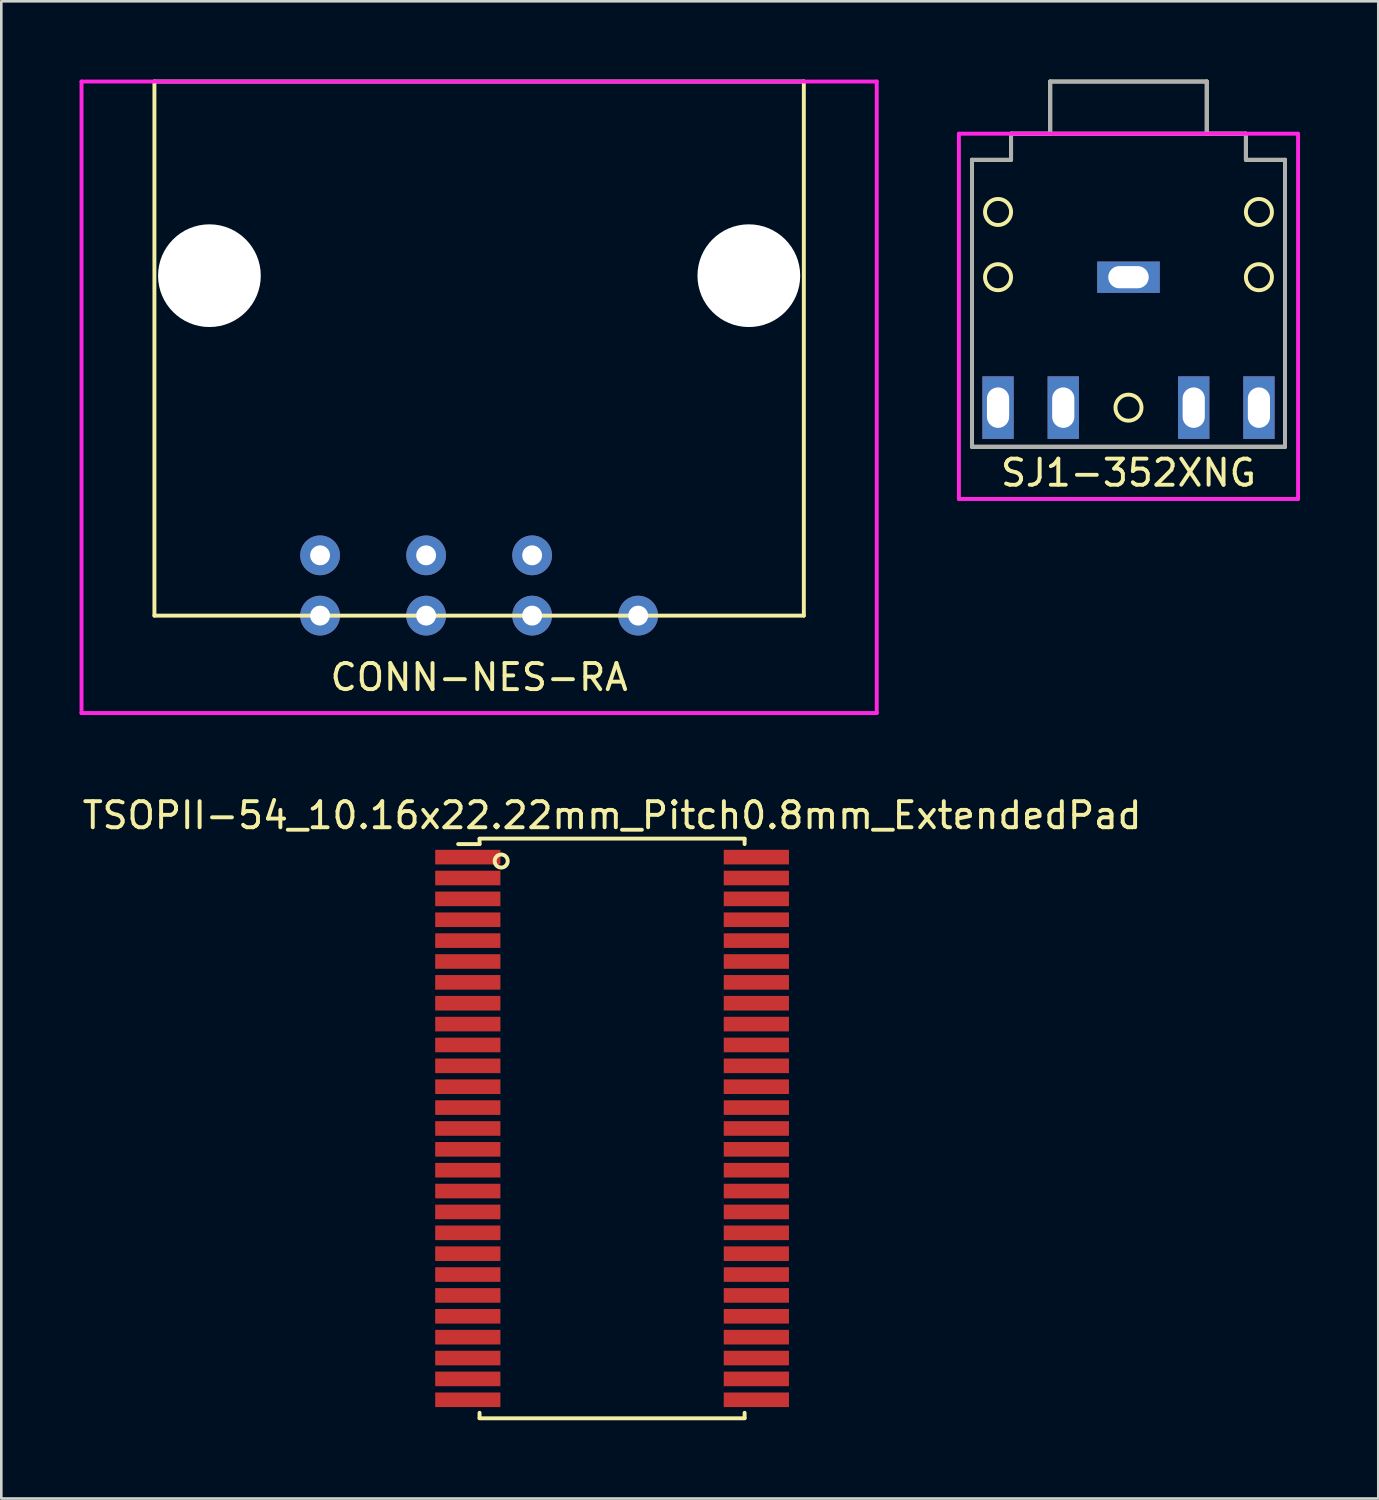
<source format=kicad_pcb>
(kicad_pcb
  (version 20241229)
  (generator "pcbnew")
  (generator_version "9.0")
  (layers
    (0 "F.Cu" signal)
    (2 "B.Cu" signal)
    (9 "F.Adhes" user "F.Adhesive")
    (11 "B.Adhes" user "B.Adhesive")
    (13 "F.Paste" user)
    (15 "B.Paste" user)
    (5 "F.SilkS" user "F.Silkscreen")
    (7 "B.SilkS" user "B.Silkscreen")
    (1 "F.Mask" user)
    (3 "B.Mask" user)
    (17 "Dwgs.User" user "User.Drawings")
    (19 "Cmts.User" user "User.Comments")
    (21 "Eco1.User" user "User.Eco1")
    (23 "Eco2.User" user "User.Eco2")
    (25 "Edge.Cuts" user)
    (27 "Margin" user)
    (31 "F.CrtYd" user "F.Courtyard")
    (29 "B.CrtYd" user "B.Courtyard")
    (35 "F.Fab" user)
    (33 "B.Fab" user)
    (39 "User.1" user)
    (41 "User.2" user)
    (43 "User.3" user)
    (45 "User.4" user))
  (footprint "SJ1-352XNG"
    (layer "F.Cu")
    (at 40.205 7.075)
    (property "Reference" "SJ1-352XNG" (at 0 8 0) (layer "F.SilkS") (effects (font (size 1 1) (thickness 0.15))))
    (attr through_hole)
    (fp_line (start -6 -4) (end -6 7) (stroke (width 0.15) (type solid)) (layer "F.SilkS"))
    (fp_line (start -6 7) (end 6 7) (stroke (width 0.15) (type solid)) (layer "F.SilkS"))
    (fp_line (start -4.5 -5) (end -4.5 -4) (stroke (width 0.15) (type solid)) (layer "F.SilkS"))
    (fp_line (start -4.5 -4) (end -6 -4) (stroke (width 0.15) (type solid)) (layer "F.SilkS"))
    (fp_line (start -3 -7) (end 3 -7) (stroke (width 0.15) (type solid)) (layer "F.SilkS"))
    (fp_line (start -3 -5) (end -3 -7) (stroke (width 0.15) (type solid)) (layer "F.SilkS"))
    (fp_line (start 3 -7) (end 3 -5) (stroke (width 0.15) (type solid)) (layer "F.SilkS"))
    (fp_line (start 4.5 -5) (end -4.5 -5) (stroke (width 0.15) (type solid)) (layer "F.SilkS"))
    (fp_line (start 4.5 -4) (end 4.5 -5) (stroke (width 0.15) (type solid)) (layer "F.SilkS"))
    (fp_line (start 6 -4) (end 4.5 -4) (stroke (width 0.15) (type solid)) (layer "F.SilkS"))
    (fp_line (start 6 7) (end 6 -4) (stroke (width 0.15) (type solid)) (layer "F.SilkS"))
    (fp_circle (center -5 -2) (end -5 -1.5) (stroke (width 0.15) (type solid)) (fill no) (layer "F.SilkS"))
    (fp_circle (center -5 0.5) (end -5 1) (stroke (width 0.15) (type solid)) (fill no) (layer "F.SilkS"))
    (fp_circle (center 0 5.5) (end 0 6) (stroke (width 0.15) (type solid)) (fill no) (layer "F.SilkS"))
    (fp_circle (center 5 -2) (end 5 -1.5) (stroke (width 0.15) (type solid)) (fill no) (layer "F.SilkS"))
    (fp_circle (center 5 0.5) (end 5 1) (stroke (width 0.15) (type solid)) (fill no) (layer "F.SilkS"))
    (fp_line (start -6.5 -5) (end -6.5 9) (stroke (width 0.15) (type solid)) (layer "F.CrtYd"))
    (fp_line (start -6.5 9) (end 6.5 9) (stroke (width 0.15) (type solid)) (layer "F.CrtYd"))
    (fp_line (start 6.5 -5) (end -6.5 -5) (stroke (width 0.15) (type solid)) (layer "F.CrtYd"))
    (fp_line (start 6.5 9) (end 6.5 -5) (stroke (width 0.15) (type solid)) (layer "F.CrtYd"))
    (fp_line (start -6 7) (end -6 -4) (stroke (width 0.15) (type solid)) (layer "F.Fab"))
    (fp_line (start -6 7) (end 6 7) (stroke (width 0.15) (type solid)) (layer "F.Fab"))
    (fp_line (start -4.5 -5) (end -3 -5) (stroke (width 0.15) (type solid)) (layer "F.Fab"))
    (fp_line (start -4.5 -4) (end -6 -4) (stroke (width 0.15) (type solid)) (layer "F.Fab"))
    (fp_line (start -4.5 -4) (end -4.5 -5) (stroke (width 0.15) (type solid)) (layer "F.Fab"))
    (fp_line (start -3 -7) (end 3 -7) (stroke (width 0.15) (type solid)) (layer "F.Fab"))
    (fp_line (start -3 -5) (end -3 -7) (stroke (width 0.15) (type solid)) (layer "F.Fab"))
    (fp_line (start 3 -5) (end 3 -7) (stroke (width 0.15) (type solid)) (layer "F.Fab"))
    (fp_line (start 3 -5) (end 4.5 -5) (stroke (width 0.15) (type solid)) (layer "F.Fab"))
    (fp_line (start 4.5 -5) (end 4.5 -4) (stroke (width 0.15) (type solid)) (layer "F.Fab"))
    (fp_line (start 4.5 -4) (end 6 -4) (stroke (width 0.15) (type solid)) (layer "F.Fab"))
    (fp_line (start 6 -4) (end 6 7) (stroke (width 0.15) (type solid)) (layer "F.Fab"))
    (pad "1" thru_hole rect (at 0 0.5) (size 2.4 1.2) (drill oval 1.55 0.85) (layers "*.Cu" "*.Mask"))
    (pad "2" thru_hole rect (at -5 5.5) (size 1.2 2.4) (drill oval 0.85 1.55) (layers "*.Cu" "*.Mask"))
    (pad "3" thru_hole rect (at 5 5.5) (size 1.2 2.4) (drill oval 0.85 1.55) (layers "*.Cu" "*.Mask"))
    (pad "4" thru_hole rect (at -2.5 5.5) (size 1.2 2.4) (drill oval 0.85 1.55) (layers "*.Cu" "*.Mask"))
    (pad "5" thru_hole rect (at 2.5 5.5) (size 1.2 2.4) (drill oval 0.85 1.55) (layers "*.Cu" "*.Mask")))
  (footprint "TSOPII-54_10.16x22.22mm_Pitch0.8mm_ExtendedPad"
    (layer "F.Cu")
    (at 20.411 40.204)
    (property "Reference" "TSOPII-54_10.16x22.22mm_Pitch0.8mm_ExtendedPad" (at 0 -12 0) (layer "F.SilkS") (effects (font (size 1 1) (thickness 0.15))))
    (attr through_hole)
    (fp_line (start -5.08 -11.11) (end 5.08 -11.11) (stroke (width 0.15) (type solid)) (layer "F.SilkS"))
    (fp_line (start -5.08 -11.1) (end -5.08 -10.9) (stroke (width 0.15) (type solid)) (layer "F.SilkS"))
    (fp_line (start -5.08 -10.9) (end -5.9 -10.9) (stroke (width 0.15) (type solid)) (layer "F.SilkS"))
    (fp_line (start -5.08 11.1) (end -5.08 10.9) (stroke (width 0.15) (type solid)) (layer "F.SilkS"))
    (fp_line (start 5.08 -11.1) (end 5.08 -10.9) (stroke (width 0.15) (type solid)) (layer "F.SilkS"))
    (fp_line (start 5.08 11.1) (end 5.08 10.9) (stroke (width 0.15) (type solid)) (layer "F.SilkS"))
    (fp_line (start 5.08 11.11) (end -5.08 11.11) (stroke (width 0.15) (type solid)) (layer "F.SilkS"))
    (fp_circle (center -4.25 -10.25) (end -4 -10.25) (stroke (width 0.15) (type solid)) (fill no) (layer "F.SilkS"))
    (pad "1" smd rect (at -5.53 -10.4) (size 2.5 0.56) (layers "F.Cu" "F.Mask" "F.Paste"))
    (pad "2" smd rect (at -5.53 -9.6) (size 2.5 0.56) (layers "F.Cu" "F.Mask" "F.Paste"))
    (pad "3" smd rect (at -5.53 -8.8) (size 2.5 0.56) (layers "F.Cu" "F.Mask" "F.Paste"))
    (pad "4" smd rect (at -5.53 -8) (size 2.5 0.56) (layers "F.Cu" "F.Mask" "F.Paste"))
    (pad "5" smd rect (at -5.53 -7.2) (size 2.5 0.56) (layers "F.Cu" "F.Mask" "F.Paste"))
    (pad "6" smd rect (at -5.53 -6.4) (size 2.5 0.56) (layers "F.Cu" "F.Mask" "F.Paste"))
    (pad "7" smd rect (at -5.53 -5.6) (size 2.5 0.56) (layers "F.Cu" "F.Mask" "F.Paste"))
    (pad "8" smd rect (at -5.53 -4.8) (size 2.5 0.56) (layers "F.Cu" "F.Mask" "F.Paste"))
    (pad "9" smd rect (at -5.53 -4) (size 2.5 0.56) (layers "F.Cu" "F.Mask" "F.Paste"))
    (pad "10" smd rect (at -5.53 -3.2) (size 2.5 0.56) (layers "F.Cu" "F.Mask" "F.Paste"))
    (pad "11" smd rect (at -5.53 -2.4) (size 2.5 0.56) (layers "F.Cu" "F.Mask" "F.Paste"))
    (pad "12" smd rect (at -5.53 -1.6) (size 2.5 0.56) (layers "F.Cu" "F.Mask" "F.Paste"))
    (pad "13" smd rect (at -5.53 -0.8) (size 2.5 0.56) (layers "F.Cu" "F.Mask" "F.Paste"))
    (pad "14" smd rect (at -5.53 0) (size 2.5 0.56) (layers "F.Cu" "F.Mask" "F.Paste"))
    (pad "15" smd rect (at -5.53 0.8) (size 2.5 0.56) (layers "F.Cu" "F.Mask" "F.Paste"))
    (pad "16" smd rect (at -5.53 1.6) (size 2.5 0.56) (layers "F.Cu" "F.Mask" "F.Paste"))
    (pad "17" smd rect (at -5.53 2.4) (size 2.5 0.56) (layers "F.Cu" "F.Mask" "F.Paste"))
    (pad "18" smd rect (at -5.53 3.2) (size 2.5 0.56) (layers "F.Cu" "F.Mask" "F.Paste"))
    (pad "19" smd rect (at -5.53 4) (size 2.5 0.56) (layers "F.Cu" "F.Mask" "F.Paste"))
    (pad "20" smd rect (at -5.53 4.8) (size 2.5 0.56) (layers "F.Cu" "F.Mask" "F.Paste"))
    (pad "21" smd rect (at -5.53 5.6) (size 2.5 0.56) (layers "F.Cu" "F.Mask" "F.Paste"))
    (pad "22" smd rect (at -5.53 6.4) (size 2.5 0.56) (layers "F.Cu" "F.Mask" "F.Paste"))
    (pad "23" smd rect (at -5.53 7.2) (size 2.5 0.56) (layers "F.Cu" "F.Mask" "F.Paste"))
    (pad "24" smd rect (at -5.53 8) (size 2.5 0.56) (layers "F.Cu" "F.Mask" "F.Paste"))
    (pad "25" smd rect (at -5.53 8.8) (size 2.5 0.56) (layers "F.Cu" "F.Mask" "F.Paste"))
    (pad "26" smd rect (at -5.53 9.6) (size 2.5 0.56) (layers "F.Cu" "F.Mask" "F.Paste"))
    (pad "27" smd rect (at -5.53 10.4) (size 2.5 0.56) (layers "F.Cu" "F.Mask" "F.Paste"))
    (pad "28" smd rect (at 5.53 10.4) (size 2.5 0.56) (layers "F.Cu" "F.Mask" "F.Paste"))
    (pad "29" smd rect (at 5.53 9.6) (size 2.5 0.56) (layers "F.Cu" "F.Mask" "F.Paste"))
    (pad "30" smd rect (at 5.53 8.8) (size 2.5 0.56) (layers "F.Cu" "F.Mask" "F.Paste"))
    (pad "31" smd rect (at 5.53 8) (size 2.5 0.56) (layers "F.Cu" "F.Mask" "F.Paste"))
    (pad "32" smd rect (at 5.53 7.2) (size 2.5 0.56) (layers "F.Cu" "F.Mask" "F.Paste"))
    (pad "33" smd rect (at 5.53 6.4) (size 2.5 0.56) (layers "F.Cu" "F.Mask" "F.Paste"))
    (pad "34" smd rect (at 5.53 5.6) (size 2.5 0.56) (layers "F.Cu" "F.Mask" "F.Paste"))
    (pad "35" smd rect (at 5.53 4.8) (size 2.5 0.56) (layers "F.Cu" "F.Mask" "F.Paste"))
    (pad "36" smd rect (at 5.53 4) (size 2.5 0.56) (layers "F.Cu" "F.Mask" "F.Paste"))
    (pad "37" smd rect (at 5.53 3.2) (size 2.5 0.56) (layers "F.Cu" "F.Mask" "F.Paste"))
    (pad "38" smd rect (at 5.53 2.4) (size 2.5 0.56) (layers "F.Cu" "F.Mask" "F.Paste"))
    (pad "39" smd rect (at 5.53 1.6) (size 2.5 0.56) (layers "F.Cu" "F.Mask" "F.Paste"))
    (pad "40" smd rect (at 5.53 0.8) (size 2.5 0.56) (layers "F.Cu" "F.Mask" "F.Paste"))
    (pad "41" smd rect (at 5.53 0) (size 2.5 0.56) (layers "F.Cu" "F.Mask" "F.Paste"))
    (pad "42" smd rect (at 5.53 -0.8) (size 2.5 0.56) (layers "F.Cu" "F.Mask" "F.Paste"))
    (pad "43" smd rect (at 5.53 -1.6) (size 2.5 0.56) (layers "F.Cu" "F.Mask" "F.Paste"))
    (pad "44" smd rect (at 5.53 -2.4) (size 2.5 0.56) (layers "F.Cu" "F.Mask" "F.Paste"))
    (pad "45" smd rect (at 5.53 -3.2) (size 2.5 0.56) (layers "F.Cu" "F.Mask" "F.Paste"))
    (pad "46" smd rect (at 5.53 -4) (size 2.5 0.56) (layers "F.Cu" "F.Mask" "F.Paste"))
    (pad "47" smd rect (at 5.53 -4.8) (size 2.5 0.56) (layers "F.Cu" "F.Mask" "F.Paste"))
    (pad "48" smd rect (at 5.53 -5.6) (size 2.5 0.56) (layers "F.Cu" "F.Mask" "F.Paste"))
    (pad "49" smd rect (at 5.53 -6.4) (size 2.5 0.56) (layers "F.Cu" "F.Mask" "F.Paste"))
    (pad "50" smd rect (at 5.53 -7.2) (size 2.5 0.56) (layers "F.Cu" "F.Mask" "F.Paste"))
    (pad "51" smd rect (at 5.53 -8) (size 2.5 0.56) (layers "F.Cu" "F.Mask" "F.Paste"))
    (pad "52" smd rect (at 5.53 -8.8) (size 2.5 0.56) (layers "F.Cu" "F.Mask" "F.Paste"))
    (pad "53" smd rect (at 5.53 -9.6) (size 2.5 0.56) (layers "F.Cu" "F.Mask" "F.Paste"))
    (pad "54" smd rect (at 5.53 -10.4) (size 2.5 0.56) (layers "F.Cu" "F.Mask" "F.Paste")))
  (footprint "CONN-NES-RA"
    (layer "F.Cu")
    (at 15.315 10.311)
    (property "Reference" "CONN-NES-RA" (at 0 12.598 0) (layer "F.SilkS") (effects (font (size 1 1) (thickness 0.15))))
    (attr through_hole)
    (fp_line (start -12.446 -10.236) (end -12.446 10.236) (stroke (width 0.15) (type solid)) (layer "F.SilkS"))
    (fp_line (start -12.446 10.236) (end 12.446 10.236) (stroke (width 0.15) (type solid)) (layer "F.SilkS"))
    (fp_line (start -10.338 -2.794) (end -10.338 -3.632) (stroke (width 0.15) (type solid)) (layer "F.SilkS"))
    (fp_line (start 10.338 -2.794) (end 10.338 -3.454) (stroke (width 0.15) (type solid)) (layer "F.SilkS"))
    (fp_line (start 12.446 -10.236) (end -12.446 -10.236) (stroke (width 0.15) (type solid)) (layer "F.SilkS"))
    (fp_line (start 12.446 10.236) (end 12.446 -10.236) (stroke (width 0.15) (type solid)) (layer "F.SilkS"))
    (fp_line (start -15.24 -10.236) (end -15.24 13.97) (stroke (width 0.15) (type solid)) (layer "F.CrtYd"))
    (fp_line (start -15.24 13.97) (end 15.24 13.97) (stroke (width 0.15) (type solid)) (layer "F.CrtYd"))
    (fp_line (start 15.24 -10.236) (end -15.24 -10.236) (stroke (width 0.15) (type solid)) (layer "F.CrtYd"))
    (fp_line (start 15.24 13.97) (end 15.24 -10.236) (stroke (width 0.15) (type solid)) (layer "F.CrtYd"))
    (pad "" np_thru_hole circle (at -10.338 -2.794) (size 3.937 3.937) (drill 3.937) (layers "*.Cu" "*.Mask"))
    (pad "" np_thru_hole circle (at 10.338 -2.794) (size 3.937 3.937) (drill 3.937) (layers "*.Cu" "*.Mask"))
    (pad "1" thru_hole circle (at -6.096 10.236) (size 1.524 1.524) (drill 0.762) (layers "*.Cu" "*.Mask"))
    (pad "2" thru_hole circle (at -2.032 10.236) (size 1.524 1.524) (drill 0.762) (layers "*.Cu" "*.Mask"))
    (pad "3" thru_hole circle (at 2.032 10.236) (size 1.524 1.524) (drill 0.762) (layers "*.Cu" "*.Mask"))
    (pad "4" thru_hole circle (at 6.096 10.236) (size 1.524 1.524) (drill 0.762) (layers "*.Cu" "*.Mask"))
    (pad "5" thru_hole circle (at -6.096 7.925) (size 1.524 1.524) (drill 0.762) (layers "*.Cu" "*.Mask"))
    (pad "6" thru_hole circle (at -2.032 7.925) (size 1.524 1.524) (drill 0.762) (layers "*.Cu" "*.Mask"))
    (pad "7" thru_hole circle (at 2.032 7.925) (size 1.524 1.524) (drill 0.762) (layers "*.Cu" "*.Mask")))
  (gr_rect
    (start -3 -3)
    (end 49.78 54.389)
    (stroke (width 0.1) (type default))
    (fill no)
    (layer "Edge.Cuts")))
</source>
